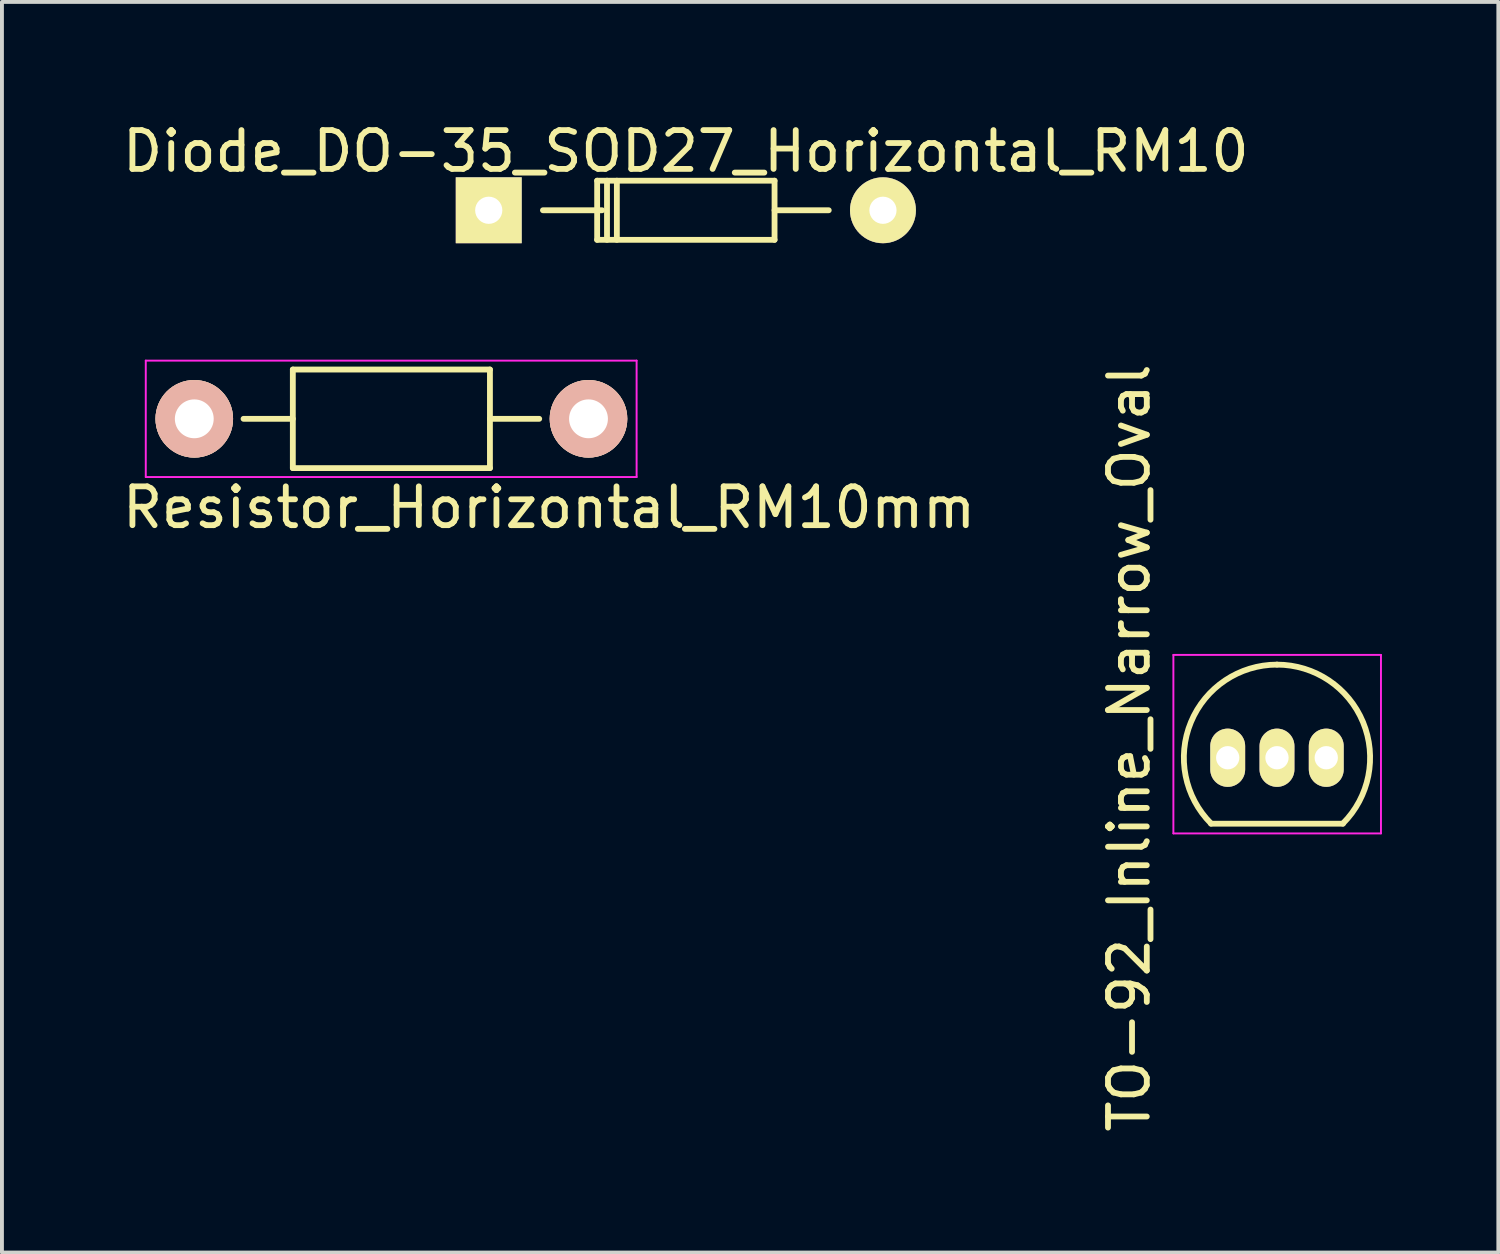
<source format=kicad_pcb>
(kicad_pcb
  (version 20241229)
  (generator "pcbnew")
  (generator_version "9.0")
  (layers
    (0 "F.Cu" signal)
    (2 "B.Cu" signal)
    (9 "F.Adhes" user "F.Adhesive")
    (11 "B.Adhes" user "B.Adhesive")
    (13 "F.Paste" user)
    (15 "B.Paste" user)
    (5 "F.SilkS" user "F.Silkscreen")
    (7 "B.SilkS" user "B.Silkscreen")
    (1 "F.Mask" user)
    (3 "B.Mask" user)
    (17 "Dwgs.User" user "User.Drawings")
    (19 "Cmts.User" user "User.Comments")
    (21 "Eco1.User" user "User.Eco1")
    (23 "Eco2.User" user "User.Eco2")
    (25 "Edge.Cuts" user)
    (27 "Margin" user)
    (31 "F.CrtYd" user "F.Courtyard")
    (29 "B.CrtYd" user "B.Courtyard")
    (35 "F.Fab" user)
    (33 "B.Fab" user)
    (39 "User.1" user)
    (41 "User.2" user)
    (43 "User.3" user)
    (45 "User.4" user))
  (footprint "Diode_DO-35_SOD27_Horizontal_RM10"
    (layer "F.Cu")
    (at 9.545 2.372)
    (property "Reference" "Diode_DO-35_SOD27_Horizontal_RM10" (at 5.08 -1.524 0) (layer "F.SilkS") (effects (font (size 1 1) (thickness 0.15))))
    (attr through_hole)
    (fp_line (start 2.795 -0.765) (end 2.795 -0.003) (stroke (width 0.15) (type solid)) (layer "F.SilkS"))
    (fp_line (start 2.795 -0.003) (end 2.795 0.759) (stroke (width 0.15) (type solid)) (layer "F.SilkS"))
    (fp_line (start 2.795 0.759) (end 7.367 0.759) (stroke (width 0.15) (type solid)) (layer "F.SilkS"))
    (fp_line (start 2.922 -0.003) (end 1.398 -0.003) (stroke (width 0.15) (type solid)) (layer "F.SilkS"))
    (fp_line (start 3.049 -0.765) (end 3.049 0.759) (stroke (width 0.15) (type solid)) (layer "F.SilkS"))
    (fp_line (start 3.303 -0.765) (end 3.303 0.759) (stroke (width 0.15) (type solid)) (layer "F.SilkS"))
    (fp_line (start 7.367 -0.765) (end 2.795 -0.765) (stroke (width 0.15) (type solid)) (layer "F.SilkS"))
    (fp_line (start 7.367 -0.003) (end 8.764 -0.003) (stroke (width 0.15) (type solid)) (layer "F.SilkS"))
    (fp_line (start 7.367 0.759) (end 7.367 -0.765) (stroke (width 0.15) (type solid)) (layer "F.SilkS"))
    (pad "1" thru_hole rect (at 0.001 -0.003 180) (size 1.699 1.699) (drill 0.701) (layers "*.Cu" "*.Mask" "F.SilkS"))
    (pad "2" thru_hole circle (at 10.161 -0.003 180) (size 1.699 1.699) (drill 0.701) (layers "*.Cu" "*.Mask" "F.SilkS")))
  (footprint "Resistor_Horizontal_RM10mm"
    (layer "F.Cu")
    (at 1.957 7.744)
    (property "Reference" "Resistor_Horizontal_RM10mm" (at 9.144 2.286 0) (layer "F.SilkS") (effects (font (size 1 1) (thickness 0.15))))
    (attr through_hole)
    (fp_line (start 2.54 -1.27) (end 7.62 -1.27) (stroke (width 0.15) (type solid)) (layer "F.SilkS"))
    (fp_line (start 2.54 0) (end 1.27 0) (stroke (width 0.15) (type solid)) (layer "F.SilkS"))
    (fp_line (start 2.54 1.27) (end 2.54 -1.27) (stroke (width 0.15) (type solid)) (layer "F.SilkS"))
    (fp_line (start 7.62 -1.27) (end 7.62 1.27) (stroke (width 0.15) (type solid)) (layer "F.SilkS"))
    (fp_line (start 7.62 0) (end 8.89 0) (stroke (width 0.15) (type solid)) (layer "F.SilkS"))
    (fp_line (start 7.62 1.27) (end 2.54 1.27) (stroke (width 0.15) (type solid)) (layer "F.SilkS"))
    (fp_line (start -1.25 -1.5) (end 11.4 -1.5) (stroke (width 0.05) (type solid)) (layer "F.CrtYd"))
    (fp_line (start -1.25 1.5) (end -1.25 -1.5) (stroke (width 0.05) (type solid)) (layer "F.CrtYd"))
    (fp_line (start -1.25 1.5) (end 11.4 1.5) (stroke (width 0.05) (type solid)) (layer "F.CrtYd"))
    (fp_line (start 11.4 -1.5) (end 11.4 1.5) (stroke (width 0.05) (type solid)) (layer "F.CrtYd"))
    (pad "1" thru_hole circle (at 0 0) (size 1.999 1.999) (drill 1.001) (layers "*.Cu" "*.SilkS" "*.Mask"))
    (pad "2" thru_hole circle (at 10.16 0) (size 1.999 1.999) (drill 1.001) (layers "*.Cu" "*.SilkS" "*.Mask")))
  (footprint "TO-92_Inline_Narrow_Oval"
    (layer "F.Cu")
    (at 28.591 16.479)
    (property "Reference" "TO-92_Inline_Narrow_Oval" (at -2.54 -0.254 90) (layer "F.SilkS") (effects (font (size 1 1) (thickness 0.15))))
    (attr through_hole)
    (fp_line (start -0.43 1.7) (end 2.97 1.7) (stroke (width 0.15) (type solid)) (layer "F.SilkS"))
    (fp_arc (start -0.427056 1.697056) (mid -0.947311 -0.91844) (end 1.27 -2.4) (stroke (width 0.15) (type solid)) (layer "F.SilkS"))
    (fp_arc (start 1.27 -2.4) (mid 3.487311 -0.91844) (end 2.967056 1.697056) (stroke (width 0.15) (type solid)) (layer "F.SilkS"))
    (fp_line (start -1.4 -2.65) (end 3.95 -2.65) (stroke (width 0.05) (type solid)) (layer "F.CrtYd"))
    (fp_line (start -1.4 1.95) (end -1.4 -2.65) (stroke (width 0.05) (type solid)) (layer "F.CrtYd"))
    (fp_line (start -1.4 1.95) (end 3.95 1.95) (stroke (width 0.05) (type solid)) (layer "F.CrtYd"))
    (fp_line (start 3.95 1.95) (end 3.95 -2.65) (stroke (width 0.05) (type solid)) (layer "F.CrtYd"))
    (pad "1" thru_hole oval (at 0 0 180) (size 0.899 1.501) (drill 0.6) (layers "*.Cu" "*.Mask" "F.SilkS"))
    (pad "2" thru_hole oval (at 1.27 0 180) (size 0.899 1.501) (drill 0.6) (layers "*.Cu" "*.Mask" "F.SilkS"))
    (pad "3" thru_hole oval (at 2.54 0 180) (size 0.899 1.501) (drill 0.6) (layers "*.Cu" "*.Mask" "F.SilkS")))
  (gr_rect
    (start -3 -3)
    (end 35.566 29.231)
    (stroke (width 0.1) (type default))
    (fill no)
    (layer "Edge.Cuts")))
</source>
